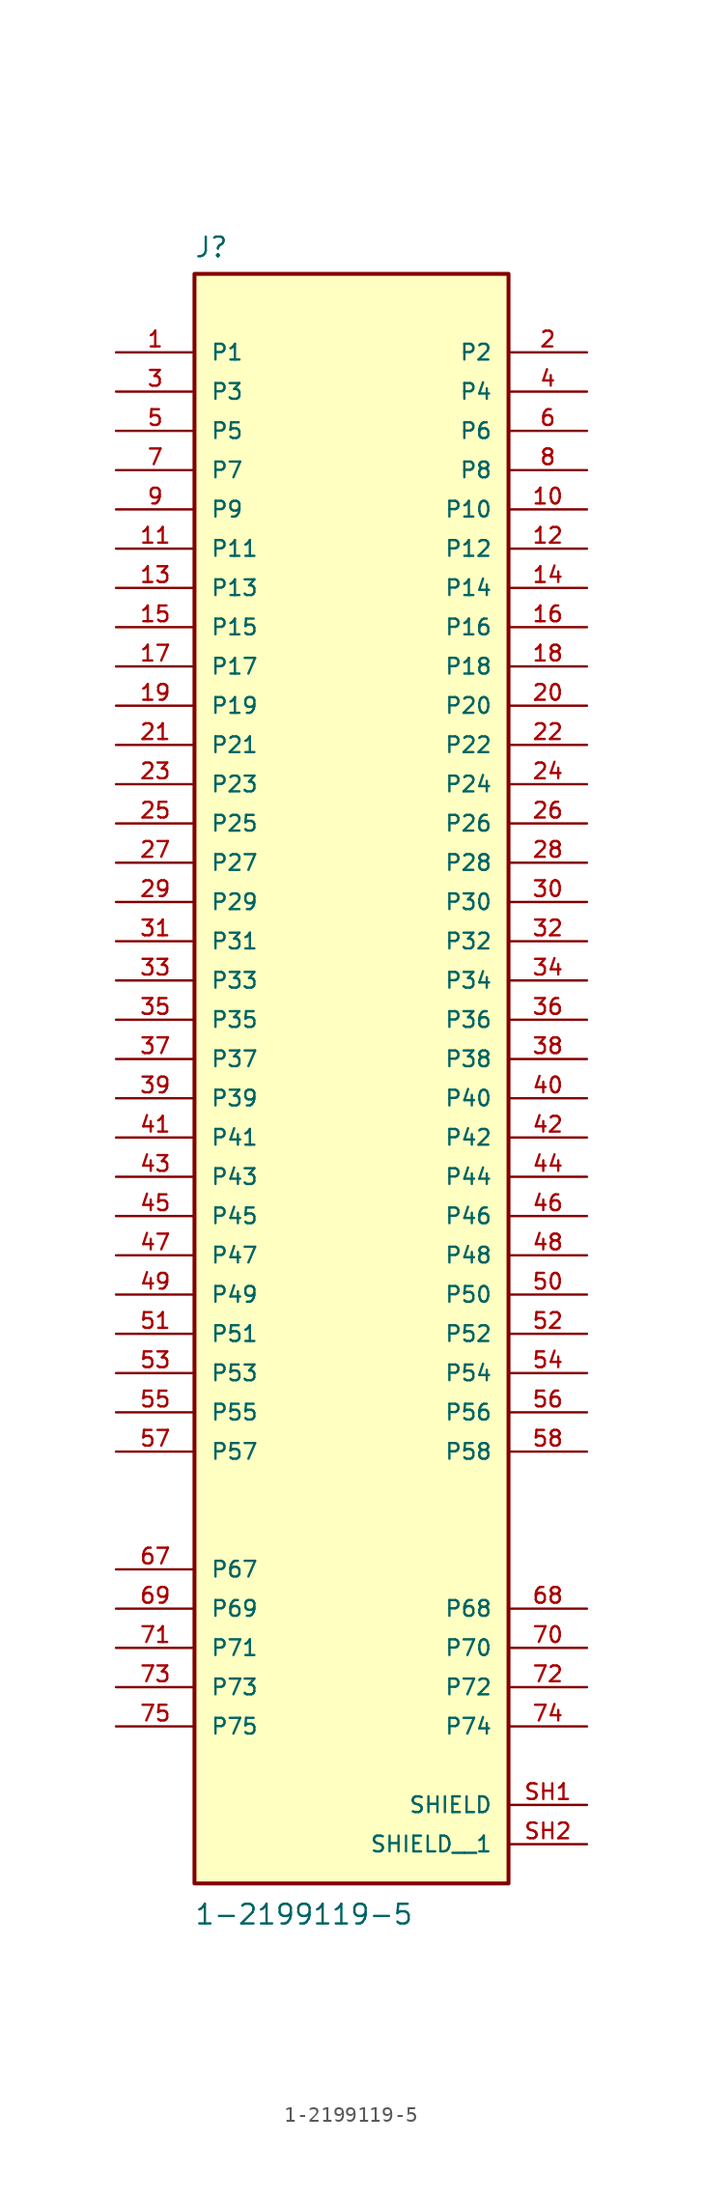
<source format=kicad_sym>
(kicad_symbol_lib
  (version 20231120)
  (generator "kicad_symbol_editor")
  (generator_version "8.0")
  (symbol "1-2199119-5"
    (pin_names
      (offset 1.016))
    (property "Reference" "J"
      (at -10.194 51.775 0)
      (effects (font (size 1.27 1.27)) (justify left bottom)))
    (property "Value" "1-2199119-5"
      (at -10.193 -56.091 0)
      (effects (font (size 1.27 1.27)) (justify left bottom)))
    (symbol "1-2199119-5_0_0"
      (rectangle (start -10.16 -53.34) (end 10.16 50.8) (stroke (width 0.254) (type default)) (fill (type background)))
      (pin passive line (at -15.24 45.72 0) (length 5.08) (name "P1" (effects (font (size 1.016 1.016)))) (number "1" (effects (font (size 1.016 1.016)))))
      (pin passive line (at 15.24 35.56 180) (length 5.08) (name "P10" (effects (font (size 1.016 1.016)))) (number "10" (effects (font (size 1.016 1.016)))))
      (pin passive line (at -15.24 33.02 0) (length 5.08) (name "P11" (effects (font (size 1.016 1.016)))) (number "11" (effects (font (size 1.016 1.016)))))
      (pin passive line (at 15.24 33.02 180) (length 5.08) (name "P12" (effects (font (size 1.016 1.016)))) (number "12" (effects (font (size 1.016 1.016)))))
      (pin passive line (at -15.24 30.48 0) (length 5.08) (name "P13" (effects (font (size 1.016 1.016)))) (number "13" (effects (font (size 1.016 1.016)))))
      (pin passive line (at 15.24 30.48 180) (length 5.08) (name "P14" (effects (font (size 1.016 1.016)))) (number "14" (effects (font (size 1.016 1.016)))))
      (pin passive line (at -15.24 27.94 0) (length 5.08) (name "P15" (effects (font (size 1.016 1.016)))) (number "15" (effects (font (size 1.016 1.016)))))
      (pin passive line (at 15.24 27.94 180) (length 5.08) (name "P16" (effects (font (size 1.016 1.016)))) (number "16" (effects (font (size 1.016 1.016)))))
      (pin passive line (at -15.24 25.4 0) (length 5.08) (name "P17" (effects (font (size 1.016 1.016)))) (number "17" (effects (font (size 1.016 1.016)))))
      (pin passive line (at 15.24 25.4 180) (length 5.08) (name "P18" (effects (font (size 1.016 1.016)))) (number "18" (effects (font (size 1.016 1.016)))))
      (pin passive line (at -15.24 22.86 0) (length 5.08) (name "P19" (effects (font (size 1.016 1.016)))) (number "19" (effects (font (size 1.016 1.016)))))
      (pin passive line (at 15.24 45.72 180) (length 5.08) (name "P2" (effects (font (size 1.016 1.016)))) (number "2" (effects (font (size 1.016 1.016)))))
      (pin passive line (at 15.24 22.86 180) (length 5.08) (name "P20" (effects (font (size 1.016 1.016)))) (number "20" (effects (font (size 1.016 1.016)))))
      (pin passive line (at -15.24 20.32 0) (length 5.08) (name "P21" (effects (font (size 1.016 1.016)))) (number "21" (effects (font (size 1.016 1.016)))))
      (pin passive line (at 15.24 20.32 180) (length 5.08) (name "P22" (effects (font (size 1.016 1.016)))) (number "22" (effects (font (size 1.016 1.016)))))
      (pin passive line (at -15.24 17.78 0) (length 5.08) (name "P23" (effects (font (size 1.016 1.016)))) (number "23" (effects (font (size 1.016 1.016)))))
      (pin passive line (at 15.24 17.78 180) (length 5.08) (name "P24" (effects (font (size 1.016 1.016)))) (number "24" (effects (font (size 1.016 1.016)))))
      (pin passive line (at -15.24 15.24 0) (length 5.08) (name "P25" (effects (font (size 1.016 1.016)))) (number "25" (effects (font (size 1.016 1.016)))))
      (pin passive line (at 15.24 15.24 180) (length 5.08) (name "P26" (effects (font (size 1.016 1.016)))) (number "26" (effects (font (size 1.016 1.016)))))
      (pin passive line (at -15.24 12.7 0) (length 5.08) (name "P27" (effects (font (size 1.016 1.016)))) (number "27" (effects (font (size 1.016 1.016)))))
      (pin passive line (at 15.24 12.7 180) (length 5.08) (name "P28" (effects (font (size 1.016 1.016)))) (number "28" (effects (font (size 1.016 1.016)))))
      (pin passive line (at -15.24 10.16 0) (length 5.08) (name "P29" (effects (font (size 1.016 1.016)))) (number "29" (effects (font (size 1.016 1.016)))))
      (pin passive line (at -15.24 43.18 0) (length 5.08) (name "P3" (effects (font (size 1.016 1.016)))) (number "3" (effects (font (size 1.016 1.016)))))
      (pin passive line (at 15.24 10.16 180) (length 5.08) (name "P30" (effects (font (size 1.016 1.016)))) (number "30" (effects (font (size 1.016 1.016)))))
      (pin passive line (at -15.24 7.62 0) (length 5.08) (name "P31" (effects (font (size 1.016 1.016)))) (number "31" (effects (font (size 1.016 1.016)))))
      (pin passive line (at 15.24 7.62 180) (length 5.08) (name "P32" (effects (font (size 1.016 1.016)))) (number "32" (effects (font (size 1.016 1.016)))))
      (pin passive line (at -15.24 5.08 0) (length 5.08) (name "P33" (effects (font (size 1.016 1.016)))) (number "33" (effects (font (size 1.016 1.016)))))
      (pin passive line (at 15.24 5.08 180) (length 5.08) (name "P34" (effects (font (size 1.016 1.016)))) (number "34" (effects (font (size 1.016 1.016)))))
      (pin passive line (at -15.24 2.54 0) (length 5.08) (name "P35" (effects (font (size 1.016 1.016)))) (number "35" (effects (font (size 1.016 1.016)))))
      (pin passive line (at 15.24 2.54 180) (length 5.08) (name "P36" (effects (font (size 1.016 1.016)))) (number "36" (effects (font (size 1.016 1.016)))))
      (pin passive line (at -15.24 0 0) (length 5.08) (name "P37" (effects (font (size 1.016 1.016)))) (number "37" (effects (font (size 1.016 1.016)))))
      (pin passive line (at 15.24 0 180) (length 5.08) (name "P38" (effects (font (size 1.016 1.016)))) (number "38" (effects (font (size 1.016 1.016)))))
      (pin passive line (at -15.24 -2.54 0) (length 5.08) (name "P39" (effects (font (size 1.016 1.016)))) (number "39" (effects (font (size 1.016 1.016)))))
      (pin passive line (at 15.24 43.18 180) (length 5.08) (name "P4" (effects (font (size 1.016 1.016)))) (number "4" (effects (font (size 1.016 1.016)))))
      (pin passive line (at 15.24 -2.54 180) (length 5.08) (name "P40" (effects (font (size 1.016 1.016)))) (number "40" (effects (font (size 1.016 1.016)))))
      (pin passive line (at -15.24 -5.08 0) (length 5.08) (name "P41" (effects (font (size 1.016 1.016)))) (number "41" (effects (font (size 1.016 1.016)))))
      (pin passive line (at 15.24 -5.08 180) (length 5.08) (name "P42" (effects (font (size 1.016 1.016)))) (number "42" (effects (font (size 1.016 1.016)))))
      (pin passive line (at -15.24 -7.62 0) (length 5.08) (name "P43" (effects (font (size 1.016 1.016)))) (number "43" (effects (font (size 1.016 1.016)))))
      (pin passive line (at 15.24 -7.62 180) (length 5.08) (name "P44" (effects (font (size 1.016 1.016)))) (number "44" (effects (font (size 1.016 1.016)))))
      (pin passive line (at -15.24 -10.16 0) (length 5.08) (name "P45" (effects (font (size 1.016 1.016)))) (number "45" (effects (font (size 1.016 1.016)))))
      (pin passive line (at 15.24 -10.16 180) (length 5.08) (name "P46" (effects (font (size 1.016 1.016)))) (number "46" (effects (font (size 1.016 1.016)))))
      (pin passive line (at -15.24 -12.7 0) (length 5.08) (name "P47" (effects (font (size 1.016 1.016)))) (number "47" (effects (font (size 1.016 1.016)))))
      (pin passive line (at 15.24 -12.7 180) (length 5.08) (name "P48" (effects (font (size 1.016 1.016)))) (number "48" (effects (font (size 1.016 1.016)))))
      (pin passive line (at -15.24 -15.24 0) (length 5.08) (name "P49" (effects (font (size 1.016 1.016)))) (number "49" (effects (font (size 1.016 1.016)))))
      (pin passive line (at -15.24 40.64 0) (length 5.08) (name "P5" (effects (font (size 1.016 1.016)))) (number "5" (effects (font (size 1.016 1.016)))))
      (pin passive line (at 15.24 -15.24 180) (length 5.08) (name "P50" (effects (font (size 1.016 1.016)))) (number "50" (effects (font (size 1.016 1.016)))))
      (pin passive line (at -15.24 -17.78 0) (length 5.08) (name "P51" (effects (font (size 1.016 1.016)))) (number "51" (effects (font (size 1.016 1.016)))))
      (pin passive line (at 15.24 -17.78 180) (length 5.08) (name "P52" (effects (font (size 1.016 1.016)))) (number "52" (effects (font (size 1.016 1.016)))))
      (pin passive line (at -15.24 -20.32 0) (length 5.08) (name "P53" (effects (font (size 1.016 1.016)))) (number "53" (effects (font (size 1.016 1.016)))))
      (pin passive line (at 15.24 -20.32 180) (length 5.08) (name "P54" (effects (font (size 1.016 1.016)))) (number "54" (effects (font (size 1.016 1.016)))))
      (pin passive line (at -15.24 -22.86 0) (length 5.08) (name "P55" (effects (font (size 1.016 1.016)))) (number "55" (effects (font (size 1.016 1.016)))))
      (pin passive line (at 15.24 -22.86 180) (length 5.08) (name "P56" (effects (font (size 1.016 1.016)))) (number "56" (effects (font (size 1.016 1.016)))))
      (pin passive line (at -15.24 -25.4 0) (length 5.08) (name "P57" (effects (font (size 1.016 1.016)))) (number "57" (effects (font (size 1.016 1.016)))))
      (pin passive line (at 15.24 -25.4 180) (length 5.08) (name "P58" (effects (font (size 1.016 1.016)))) (number "58" (effects (font (size 1.016 1.016)))))
      (pin passive line (at 15.24 40.64 180) (length 5.08) (name "P6" (effects (font (size 1.016 1.016)))) (number "6" (effects (font (size 1.016 1.016)))))
      (pin passive line (at -15.24 -33.02 0) (length 5.08) (name "P67" (effects (font (size 1.016 1.016)))) (number "67" (effects (font (size 1.016 1.016)))))
      (pin passive line (at 15.24 -35.56 180) (length 5.08) (name "P68" (effects (font (size 1.016 1.016)))) (number "68" (effects (font (size 1.016 1.016)))))
      (pin passive line (at -15.24 -35.56 0) (length 5.08) (name "P69" (effects (font (size 1.016 1.016)))) (number "69" (effects (font (size 1.016 1.016)))))
      (pin passive line (at -15.24 38.1 0) (length 5.08) (name "P7" (effects (font (size 1.016 1.016)))) (number "7" (effects (font (size 1.016 1.016)))))
      (pin passive line (at 15.24 -38.1 180) (length 5.08) (name "P70" (effects (font (size 1.016 1.016)))) (number "70" (effects (font (size 1.016 1.016)))))
      (pin passive line (at -15.24 -38.1 0) (length 5.08) (name "P71" (effects (font (size 1.016 1.016)))) (number "71" (effects (font (size 1.016 1.016)))))
      (pin passive line (at 15.24 -40.64 180) (length 5.08) (name "P72" (effects (font (size 1.016 1.016)))) (number "72" (effects (font (size 1.016 1.016)))))
      (pin passive line (at -15.24 -40.64 0) (length 5.08) (name "P73" (effects (font (size 1.016 1.016)))) (number "73" (effects (font (size 1.016 1.016)))))
      (pin passive line (at 15.24 -43.18 180) (length 5.08) (name "P74" (effects (font (size 1.016 1.016)))) (number "74" (effects (font (size 1.016 1.016)))))
      (pin passive line (at -15.24 -43.18 0) (length 5.08) (name "P75" (effects (font (size 1.016 1.016)))) (number "75" (effects (font (size 1.016 1.016)))))
      (pin passive line (at 15.24 38.1 180) (length 5.08) (name "P8" (effects (font (size 1.016 1.016)))) (number "8" (effects (font (size 1.016 1.016)))))
      (pin passive line (at -15.24 35.56 0) (length 5.08) (name "P9" (effects (font (size 1.016 1.016)))) (number "9" (effects (font (size 1.016 1.016)))))
      (pin passive line (at 15.24 -48.26 180) (length 5.08) (name "SHIELD" (effects (font (size 1.016 1.016)))) (number "SH1" (effects (font (size 1.016 1.016)))))
      (pin passive line (at 15.24 -50.8 180) (length 5.08) (name "SHIELD__1" (effects (font (size 1.016 1.016)))) (number "SH2" (effects (font (size 1.016 1.016))))))))
</source>
